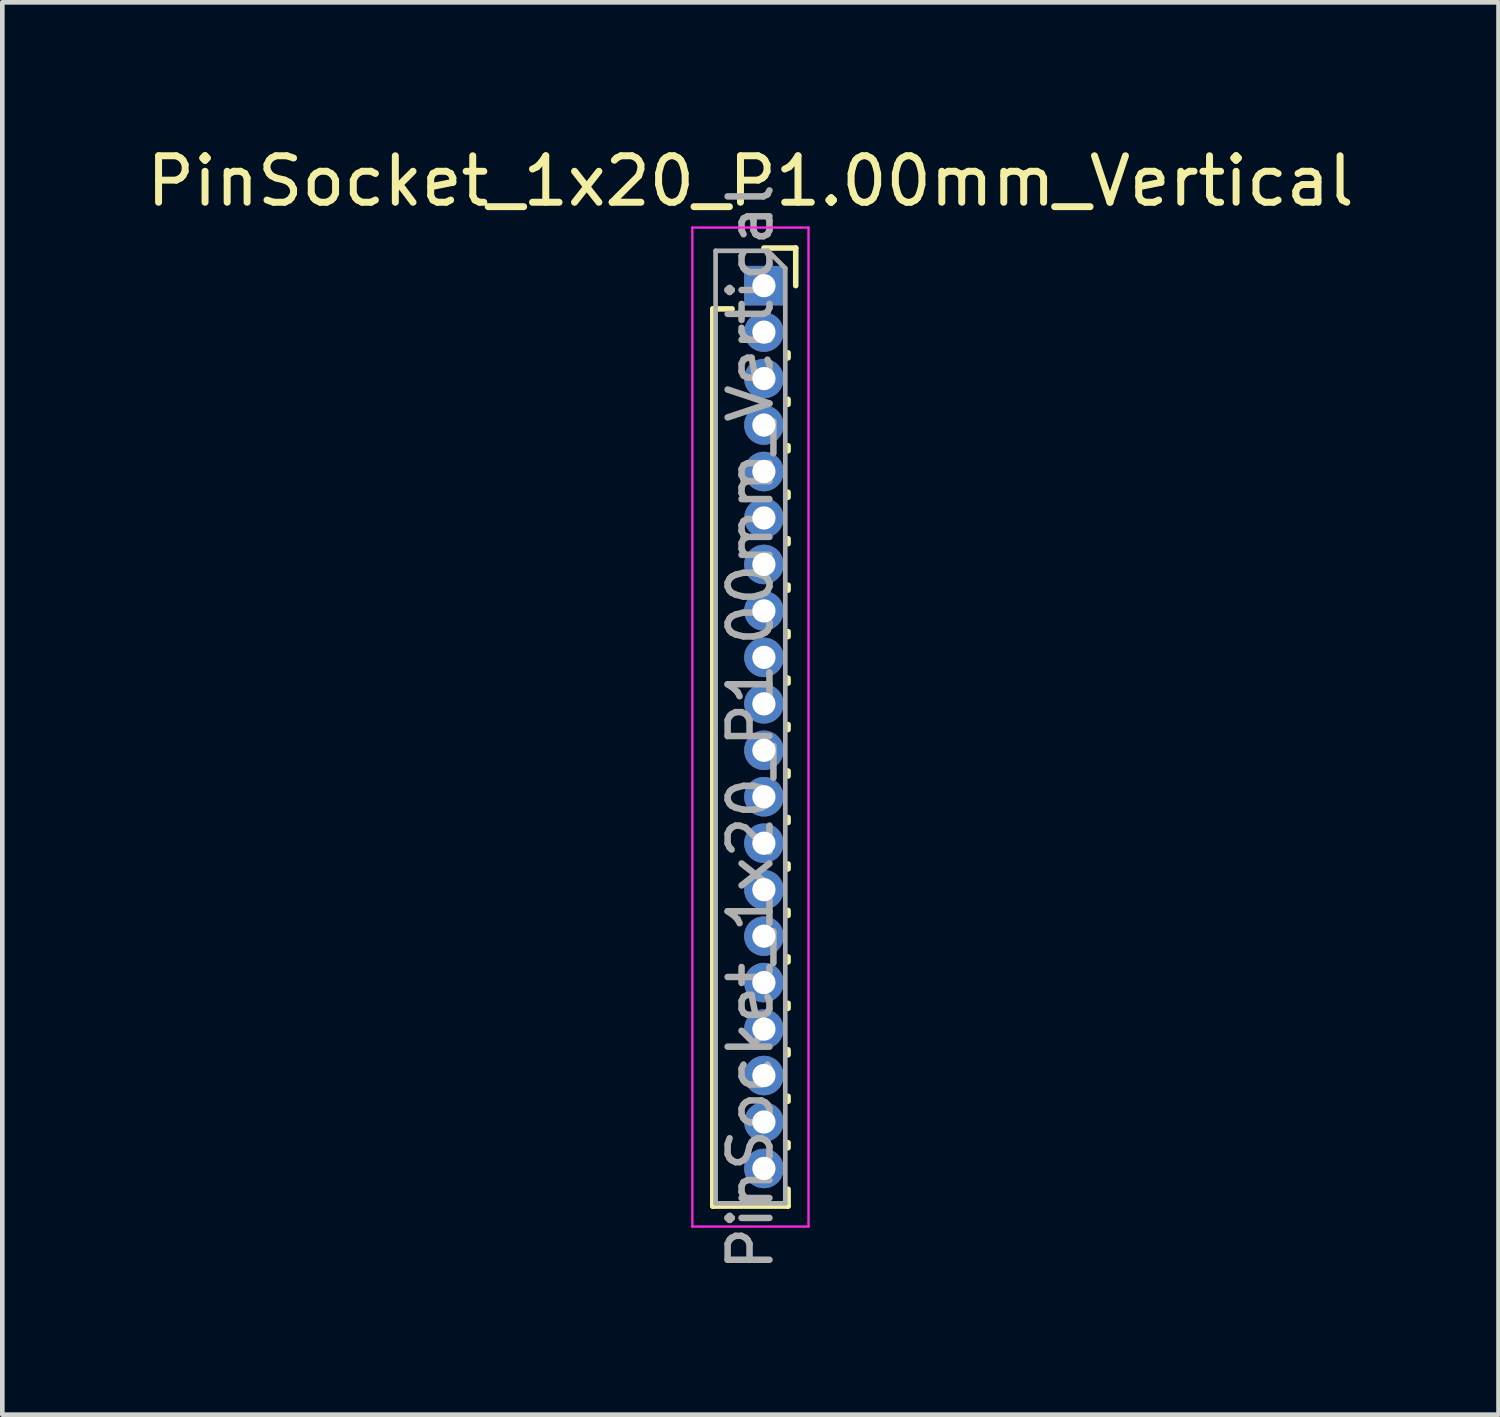
<source format=kicad_pcb>
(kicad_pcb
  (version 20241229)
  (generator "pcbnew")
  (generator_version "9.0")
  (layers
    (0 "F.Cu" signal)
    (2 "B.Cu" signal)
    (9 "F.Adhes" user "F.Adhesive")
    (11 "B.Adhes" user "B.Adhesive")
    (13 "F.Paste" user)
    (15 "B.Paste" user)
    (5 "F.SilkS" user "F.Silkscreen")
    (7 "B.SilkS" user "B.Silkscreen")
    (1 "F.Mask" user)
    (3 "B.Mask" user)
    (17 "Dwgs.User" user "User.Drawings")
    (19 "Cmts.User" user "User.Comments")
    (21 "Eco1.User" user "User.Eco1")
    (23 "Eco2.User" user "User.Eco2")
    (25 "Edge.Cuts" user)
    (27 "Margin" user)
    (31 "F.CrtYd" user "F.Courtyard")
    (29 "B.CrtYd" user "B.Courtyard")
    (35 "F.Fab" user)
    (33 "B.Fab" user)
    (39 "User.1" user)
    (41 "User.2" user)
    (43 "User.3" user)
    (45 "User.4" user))
  (footprint "PinSocket_1x20_P1.00mm_Vertical"
    (layer "F.Cu")
    (at 13.391 3.098)
    (property "Reference" "PinSocket_1x20_P1.00mm_Vertical" (at -0.29 -2.25 0) (layer "F.SilkS") (effects (font (size 1 1) (thickness 0.15))))
    (attr through_hole)
    (fp_line (start -1.1 0.5) (end -1.1 19.81) (stroke (width 0.12) (type solid)) (layer "F.SilkS"))
    (fp_line (start -1.1 0.5) (end -0.685 0.5) (stroke (width 0.12) (type solid)) (layer "F.SilkS"))
    (fp_line (start -1.1 19.81) (end 0.52 19.81) (stroke (width 0.12) (type solid)) (layer "F.SilkS"))
    (fp_line (start 0 -0.81) (end 0.685 -0.81) (stroke (width 0.12) (type solid)) (layer "F.SilkS"))
    (fp_line (start 0.52 1.446) (end 0.52 1.554) (stroke (width 0.12) (type solid)) (layer "F.SilkS"))
    (fp_line (start 0.52 2.446) (end 0.52 2.554) (stroke (width 0.12) (type solid)) (layer "F.SilkS"))
    (fp_line (start 0.52 3.446) (end 0.52 3.554) (stroke (width 0.12) (type solid)) (layer "F.SilkS"))
    (fp_line (start 0.52 4.446) (end 0.52 4.554) (stroke (width 0.12) (type solid)) (layer "F.SilkS"))
    (fp_line (start 0.52 5.446) (end 0.52 5.554) (stroke (width 0.12) (type solid)) (layer "F.SilkS"))
    (fp_line (start 0.52 6.446) (end 0.52 6.554) (stroke (width 0.12) (type solid)) (layer "F.SilkS"))
    (fp_line (start 0.52 7.446) (end 0.52 7.554) (stroke (width 0.12) (type solid)) (layer "F.SilkS"))
    (fp_line (start 0.52 8.446) (end 0.52 8.554) (stroke (width 0.12) (type solid)) (layer "F.SilkS"))
    (fp_line (start 0.52 9.446) (end 0.52 9.554) (stroke (width 0.12) (type solid)) (layer "F.SilkS"))
    (fp_line (start 0.52 10.446) (end 0.52 10.554) (stroke (width 0.12) (type solid)) (layer "F.SilkS"))
    (fp_line (start 0.52 11.446) (end 0.52 11.554) (stroke (width 0.12) (type solid)) (layer "F.SilkS"))
    (fp_line (start 0.52 12.446) (end 0.52 12.554) (stroke (width 0.12) (type solid)) (layer "F.SilkS"))
    (fp_line (start 0.52 13.446) (end 0.52 13.554) (stroke (width 0.12) (type solid)) (layer "F.SilkS"))
    (fp_line (start 0.52 14.446) (end 0.52 14.554) (stroke (width 0.12) (type solid)) (layer "F.SilkS"))
    (fp_line (start 0.52 15.446) (end 0.52 15.554) (stroke (width 0.12) (type solid)) (layer "F.SilkS"))
    (fp_line (start 0.52 16.446) (end 0.52 16.554) (stroke (width 0.12) (type solid)) (layer "F.SilkS"))
    (fp_line (start 0.52 17.446) (end 0.52 17.554) (stroke (width 0.12) (type solid)) (layer "F.SilkS"))
    (fp_line (start 0.52 18.446) (end 0.52 18.554) (stroke (width 0.12) (type solid)) (layer "F.SilkS"))
    (fp_line (start 0.52 19.446) (end 0.52 19.81) (stroke (width 0.12) (type solid)) (layer "F.SilkS"))
    (fp_line (start 0.685 -0.81) (end 0.685 0) (stroke (width 0.12) (type solid)) (layer "F.SilkS"))
    (fp_line (start -1.54 -1.25) (end 0.96 -1.25) (stroke (width 0.05) (type solid)) (layer "F.CrtYd"))
    (fp_line (start -1.54 20.25) (end -1.54 -1.25) (stroke (width 0.05) (type solid)) (layer "F.CrtYd"))
    (fp_line (start 0.96 -1.25) (end 0.96 20.25) (stroke (width 0.05) (type solid)) (layer "F.CrtYd"))
    (fp_line (start 0.96 20.25) (end -1.54 20.25) (stroke (width 0.05) (type solid)) (layer "F.CrtYd"))
    (fp_line (start -1.04 -0.75) (end 0.085 -0.75) (stroke (width 0.1) (type solid)) (layer "F.Fab"))
    (fp_line (start -1.04 19.75) (end -1.04 -0.75) (stroke (width 0.1) (type solid)) (layer "F.Fab"))
    (fp_line (start 0.085 -0.75) (end 0.46 -0.375) (stroke (width 0.1) (type solid)) (layer "F.Fab"))
    (fp_line (start 0.46 -0.375) (end 0.46 19.75) (stroke (width 0.1) (type solid)) (layer "F.Fab"))
    (fp_line (start 0.46 19.75) (end -1.04 19.75) (stroke (width 0.1) (type solid)) (layer "F.Fab"))
    (fp_text user "${REFERENCE}" (at -0.29 9.5 90) (layer "F.Fab") (effects (font (size 0.9 0.9) (thickness 0.14))))
    (pad "1" thru_hole rect (at 0 0) (size 0.85 0.85) (drill 0.5) (layers "*.Cu" "*.Mask"))
    (pad "2" thru_hole oval (at 0 1) (size 0.85 0.85) (drill 0.5) (layers "*.Cu" "*.Mask"))
    (pad "3" thru_hole oval (at 0 2) (size 0.85 0.85) (drill 0.5) (layers "*.Cu" "*.Mask"))
    (pad "4" thru_hole oval (at 0 3) (size 0.85 0.85) (drill 0.5) (layers "*.Cu" "*.Mask"))
    (pad "5" thru_hole oval (at 0 4) (size 0.85 0.85) (drill 0.5) (layers "*.Cu" "*.Mask"))
    (pad "6" thru_hole oval (at 0 5) (size 0.85 0.85) (drill 0.5) (layers "*.Cu" "*.Mask"))
    (pad "7" thru_hole oval (at 0 6) (size 0.85 0.85) (drill 0.5) (layers "*.Cu" "*.Mask"))
    (pad "8" thru_hole oval (at 0 7) (size 0.85 0.85) (drill 0.5) (layers "*.Cu" "*.Mask"))
    (pad "9" thru_hole oval (at 0 8) (size 0.85 0.85) (drill 0.5) (layers "*.Cu" "*.Mask"))
    (pad "10" thru_hole oval (at 0 9) (size 0.85 0.85) (drill 0.5) (layers "*.Cu" "*.Mask"))
    (pad "11" thru_hole oval (at 0 10) (size 0.85 0.85) (drill 0.5) (layers "*.Cu" "*.Mask"))
    (pad "12" thru_hole oval (at 0 11) (size 0.85 0.85) (drill 0.5) (layers "*.Cu" "*.Mask"))
    (pad "13" thru_hole oval (at 0 12) (size 0.85 0.85) (drill 0.5) (layers "*.Cu" "*.Mask"))
    (pad "14" thru_hole oval (at 0 13) (size 0.85 0.85) (drill 0.5) (layers "*.Cu" "*.Mask"))
    (pad "15" thru_hole oval (at 0 14) (size 0.85 0.85) (drill 0.5) (layers "*.Cu" "*.Mask"))
    (pad "16" thru_hole oval (at 0 15) (size 0.85 0.85) (drill 0.5) (layers "*.Cu" "*.Mask"))
    (pad "17" thru_hole oval (at 0 16) (size 0.85 0.85) (drill 0.5) (layers "*.Cu" "*.Mask"))
    (pad "18" thru_hole oval (at 0 17) (size 0.85 0.85) (drill 0.5) (layers "*.Cu" "*.Mask"))
    (pad "19" thru_hole oval (at 0 18) (size 0.85 0.85) (drill 0.5) (layers "*.Cu" "*.Mask"))
    (pad "20" thru_hole oval (at 0 19) (size 0.85 0.85) (drill 0.5) (layers "*.Cu" "*.Mask")))
  (gr_rect
    (start -3 -3)
    (end 29.202 27.397)
    (stroke (width 0.1) (type default))
    (fill no)
    (layer "Edge.Cuts")))
</source>
